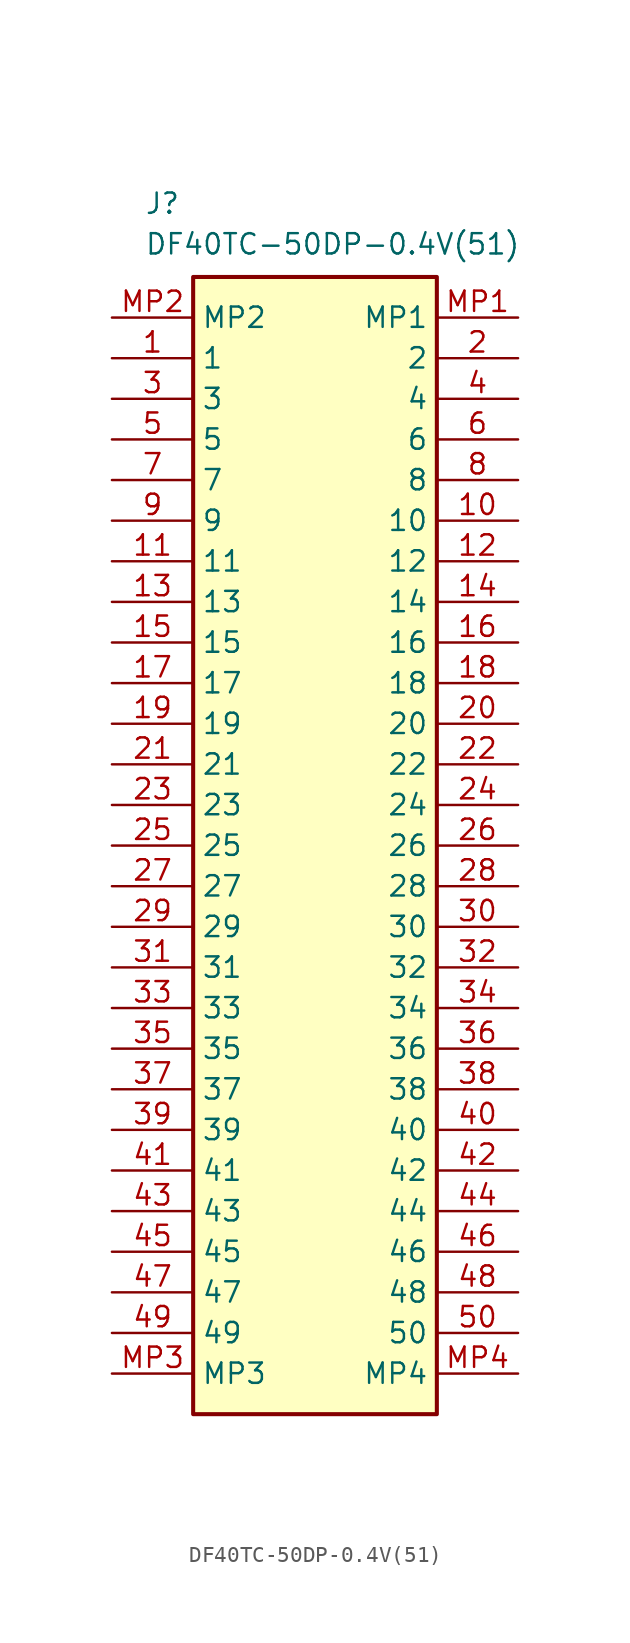
<source format=kicad_sym>
(kicad_symbol_lib
  (version 20241209)
  (generator "kicad_symbol_editor")
  (generator_version "9.0")
  (symbol "DF40TC-50DP-0.4V(51)"
    (property "Reference" "J"
      (at 2.032 7.874 0)
      (effects (font (size 1.27 1.27)) (justify left top)))
    (property "Value" "DF40TC-50DP-0.4V(51)"
      (at 2.032 5.334 0)
      (effects (font (size 1.27 1.27)) (justify left top)))
    (symbol "DF40TC-50DP-0.4V(51)_1_1"
      (rectangle (start 5.08 2.54) (end 20.32 -68.58) (stroke (width 0.254) (type default)) (fill (type background)))
      (pin passive line (at 0 0 0) (length 5.08) (name "MP2" (effects (font (size 1.27 1.27)))) (number "MP2" (effects (font (size 1.27 1.27)))))
      (pin passive line (at 0 -2.54 0) (length 5.08) (name "1" (effects (font (size 1.27 1.27)))) (number "1" (effects (font (size 1.27 1.27)))))
      (pin passive line (at 0 -5.08 0) (length 5.08) (name "3" (effects (font (size 1.27 1.27)))) (number "3" (effects (font (size 1.27 1.27)))))
      (pin passive line (at 0 -7.62 0) (length 5.08) (name "5" (effects (font (size 1.27 1.27)))) (number "5" (effects (font (size 1.27 1.27)))))
      (pin passive line (at 0 -10.16 0) (length 5.08) (name "7" (effects (font (size 1.27 1.27)))) (number "7" (effects (font (size 1.27 1.27)))))
      (pin passive line (at 0 -12.7 0) (length 5.08) (name "9" (effects (font (size 1.27 1.27)))) (number "9" (effects (font (size 1.27 1.27)))))
      (pin passive line (at 0 -15.24 0) (length 5.08) (name "11" (effects (font (size 1.27 1.27)))) (number "11" (effects (font (size 1.27 1.27)))))
      (pin passive line (at 0 -17.78 0) (length 5.08) (name "13" (effects (font (size 1.27 1.27)))) (number "13" (effects (font (size 1.27 1.27)))))
      (pin passive line (at 0 -20.32 0) (length 5.08) (name "15" (effects (font (size 1.27 1.27)))) (number "15" (effects (font (size 1.27 1.27)))))
      (pin passive line (at 0 -22.86 0) (length 5.08) (name "17" (effects (font (size 1.27 1.27)))) (number "17" (effects (font (size 1.27 1.27)))))
      (pin passive line (at 0 -25.4 0) (length 5.08) (name "19" (effects (font (size 1.27 1.27)))) (number "19" (effects (font (size 1.27 1.27)))))
      (pin passive line (at 0 -27.94 0) (length 5.08) (name "21" (effects (font (size 1.27 1.27)))) (number "21" (effects (font (size 1.27 1.27)))))
      (pin passive line (at 0 -30.48 0) (length 5.08) (name "23" (effects (font (size 1.27 1.27)))) (number "23" (effects (font (size 1.27 1.27)))))
      (pin passive line (at 0 -33.02 0) (length 5.08) (name "25" (effects (font (size 1.27 1.27)))) (number "25" (effects (font (size 1.27 1.27)))))
      (pin passive line (at 0 -35.56 0) (length 5.08) (name "27" (effects (font (size 1.27 1.27)))) (number "27" (effects (font (size 1.27 1.27)))))
      (pin passive line (at 0 -38.1 0) (length 5.08) (name "29" (effects (font (size 1.27 1.27)))) (number "29" (effects (font (size 1.27 1.27)))))
      (pin passive line (at 0 -40.64 0) (length 5.08) (name "31" (effects (font (size 1.27 1.27)))) (number "31" (effects (font (size 1.27 1.27)))))
      (pin passive line (at 0 -43.18 0) (length 5.08) (name "33" (effects (font (size 1.27 1.27)))) (number "33" (effects (font (size 1.27 1.27)))))
      (pin passive line (at 0 -45.72 0) (length 5.08) (name "35" (effects (font (size 1.27 1.27)))) (number "35" (effects (font (size 1.27 1.27)))))
      (pin passive line (at 0 -48.26 0) (length 5.08) (name "37" (effects (font (size 1.27 1.27)))) (number "37" (effects (font (size 1.27 1.27)))))
      (pin passive line (at 0 -50.8 0) (length 5.08) (name "39" (effects (font (size 1.27 1.27)))) (number "39" (effects (font (size 1.27 1.27)))))
      (pin passive line (at 0 -53.34 0) (length 5.08) (name "41" (effects (font (size 1.27 1.27)))) (number "41" (effects (font (size 1.27 1.27)))))
      (pin passive line (at 0 -55.88 0) (length 5.08) (name "43" (effects (font (size 1.27 1.27)))) (number "43" (effects (font (size 1.27 1.27)))))
      (pin passive line (at 0 -58.42 0) (length 5.08) (name "45" (effects (font (size 1.27 1.27)))) (number "45" (effects (font (size 1.27 1.27)))))
      (pin passive line (at 0 -60.96 0) (length 5.08) (name "47" (effects (font (size 1.27 1.27)))) (number "47" (effects (font (size 1.27 1.27)))))
      (pin passive line (at 0 -63.5 0) (length 5.08) (name "49" (effects (font (size 1.27 1.27)))) (number "49" (effects (font (size 1.27 1.27)))))
      (pin passive line (at 0 -66.04 0) (length 5.08) (name "MP3" (effects (font (size 1.27 1.27)))) (number "MP3" (effects (font (size 1.27 1.27)))))
      (pin passive line (at 25.4 0 180) (length 5.08) (name "MP1" (effects (font (size 1.27 1.27)))) (number "MP1" (effects (font (size 1.27 1.27)))))
      (pin passive line (at 25.4 -2.54 180) (length 5.08) (name "2" (effects (font (size 1.27 1.27)))) (number "2" (effects (font (size 1.27 1.27)))))
      (pin passive line (at 25.4 -5.08 180) (length 5.08) (name "4" (effects (font (size 1.27 1.27)))) (number "4" (effects (font (size 1.27 1.27)))))
      (pin passive line (at 25.4 -7.62 180) (length 5.08) (name "6" (effects (font (size 1.27 1.27)))) (number "6" (effects (font (size 1.27 1.27)))))
      (pin passive line (at 25.4 -10.16 180) (length 5.08) (name "8" (effects (font (size 1.27 1.27)))) (number "8" (effects (font (size 1.27 1.27)))))
      (pin passive line (at 25.4 -12.7 180) (length 5.08) (name "10" (effects (font (size 1.27 1.27)))) (number "10" (effects (font (size 1.27 1.27)))))
      (pin passive line (at 25.4 -15.24 180) (length 5.08) (name "12" (effects (font (size 1.27 1.27)))) (number "12" (effects (font (size 1.27 1.27)))))
      (pin passive line (at 25.4 -17.78 180) (length 5.08) (name "14" (effects (font (size 1.27 1.27)))) (number "14" (effects (font (size 1.27 1.27)))))
      (pin passive line (at 25.4 -20.32 180) (length 5.08) (name "16" (effects (font (size 1.27 1.27)))) (number "16" (effects (font (size 1.27 1.27)))))
      (pin passive line (at 25.4 -22.86 180) (length 5.08) (name "18" (effects (font (size 1.27 1.27)))) (number "18" (effects (font (size 1.27 1.27)))))
      (pin passive line (at 25.4 -25.4 180) (length 5.08) (name "20" (effects (font (size 1.27 1.27)))) (number "20" (effects (font (size 1.27 1.27)))))
      (pin passive line (at 25.4 -27.94 180) (length 5.08) (name "22" (effects (font (size 1.27 1.27)))) (number "22" (effects (font (size 1.27 1.27)))))
      (pin passive line (at 25.4 -30.48 180) (length 5.08) (name "24" (effects (font (size 1.27 1.27)))) (number "24" (effects (font (size 1.27 1.27)))))
      (pin passive line (at 25.4 -33.02 180) (length 5.08) (name "26" (effects (font (size 1.27 1.27)))) (number "26" (effects (font (size 1.27 1.27)))))
      (pin passive line (at 25.4 -35.56 180) (length 5.08) (name "28" (effects (font (size 1.27 1.27)))) (number "28" (effects (font (size 1.27 1.27)))))
      (pin passive line (at 25.4 -38.1 180) (length 5.08) (name "30" (effects (font (size 1.27 1.27)))) (number "30" (effects (font (size 1.27 1.27)))))
      (pin passive line (at 25.4 -40.64 180) (length 5.08) (name "32" (effects (font (size 1.27 1.27)))) (number "32" (effects (font (size 1.27 1.27)))))
      (pin passive line (at 25.4 -43.18 180) (length 5.08) (name "34" (effects (font (size 1.27 1.27)))) (number "34" (effects (font (size 1.27 1.27)))))
      (pin passive line (at 25.4 -45.72 180) (length 5.08) (name "36" (effects (font (size 1.27 1.27)))) (number "36" (effects (font (size 1.27 1.27)))))
      (pin passive line (at 25.4 -48.26 180) (length 5.08) (name "38" (effects (font (size 1.27 1.27)))) (number "38" (effects (font (size 1.27 1.27)))))
      (pin passive line (at 25.4 -50.8 180) (length 5.08) (name "40" (effects (font (size 1.27 1.27)))) (number "40" (effects (font (size 1.27 1.27)))))
      (pin passive line (at 25.4 -53.34 180) (length 5.08) (name "42" (effects (font (size 1.27 1.27)))) (number "42" (effects (font (size 1.27 1.27)))))
      (pin passive line (at 25.4 -55.88 180) (length 5.08) (name "44" (effects (font (size 1.27 1.27)))) (number "44" (effects (font (size 1.27 1.27)))))
      (pin passive line (at 25.4 -58.42 180) (length 5.08) (name "46" (effects (font (size 1.27 1.27)))) (number "46" (effects (font (size 1.27 1.27)))))
      (pin passive line (at 25.4 -60.96 180) (length 5.08) (name "48" (effects (font (size 1.27 1.27)))) (number "48" (effects (font (size 1.27 1.27)))))
      (pin passive line (at 25.4 -63.5 180) (length 5.08) (name "50" (effects (font (size 1.27 1.27)))) (number "50" (effects (font (size 1.27 1.27)))))
      (pin passive line (at 25.4 -66.04 180) (length 5.08) (name "MP4" (effects (font (size 1.27 1.27)))) (number "MP4" (effects (font (size 1.27 1.27))))))))
</source>
